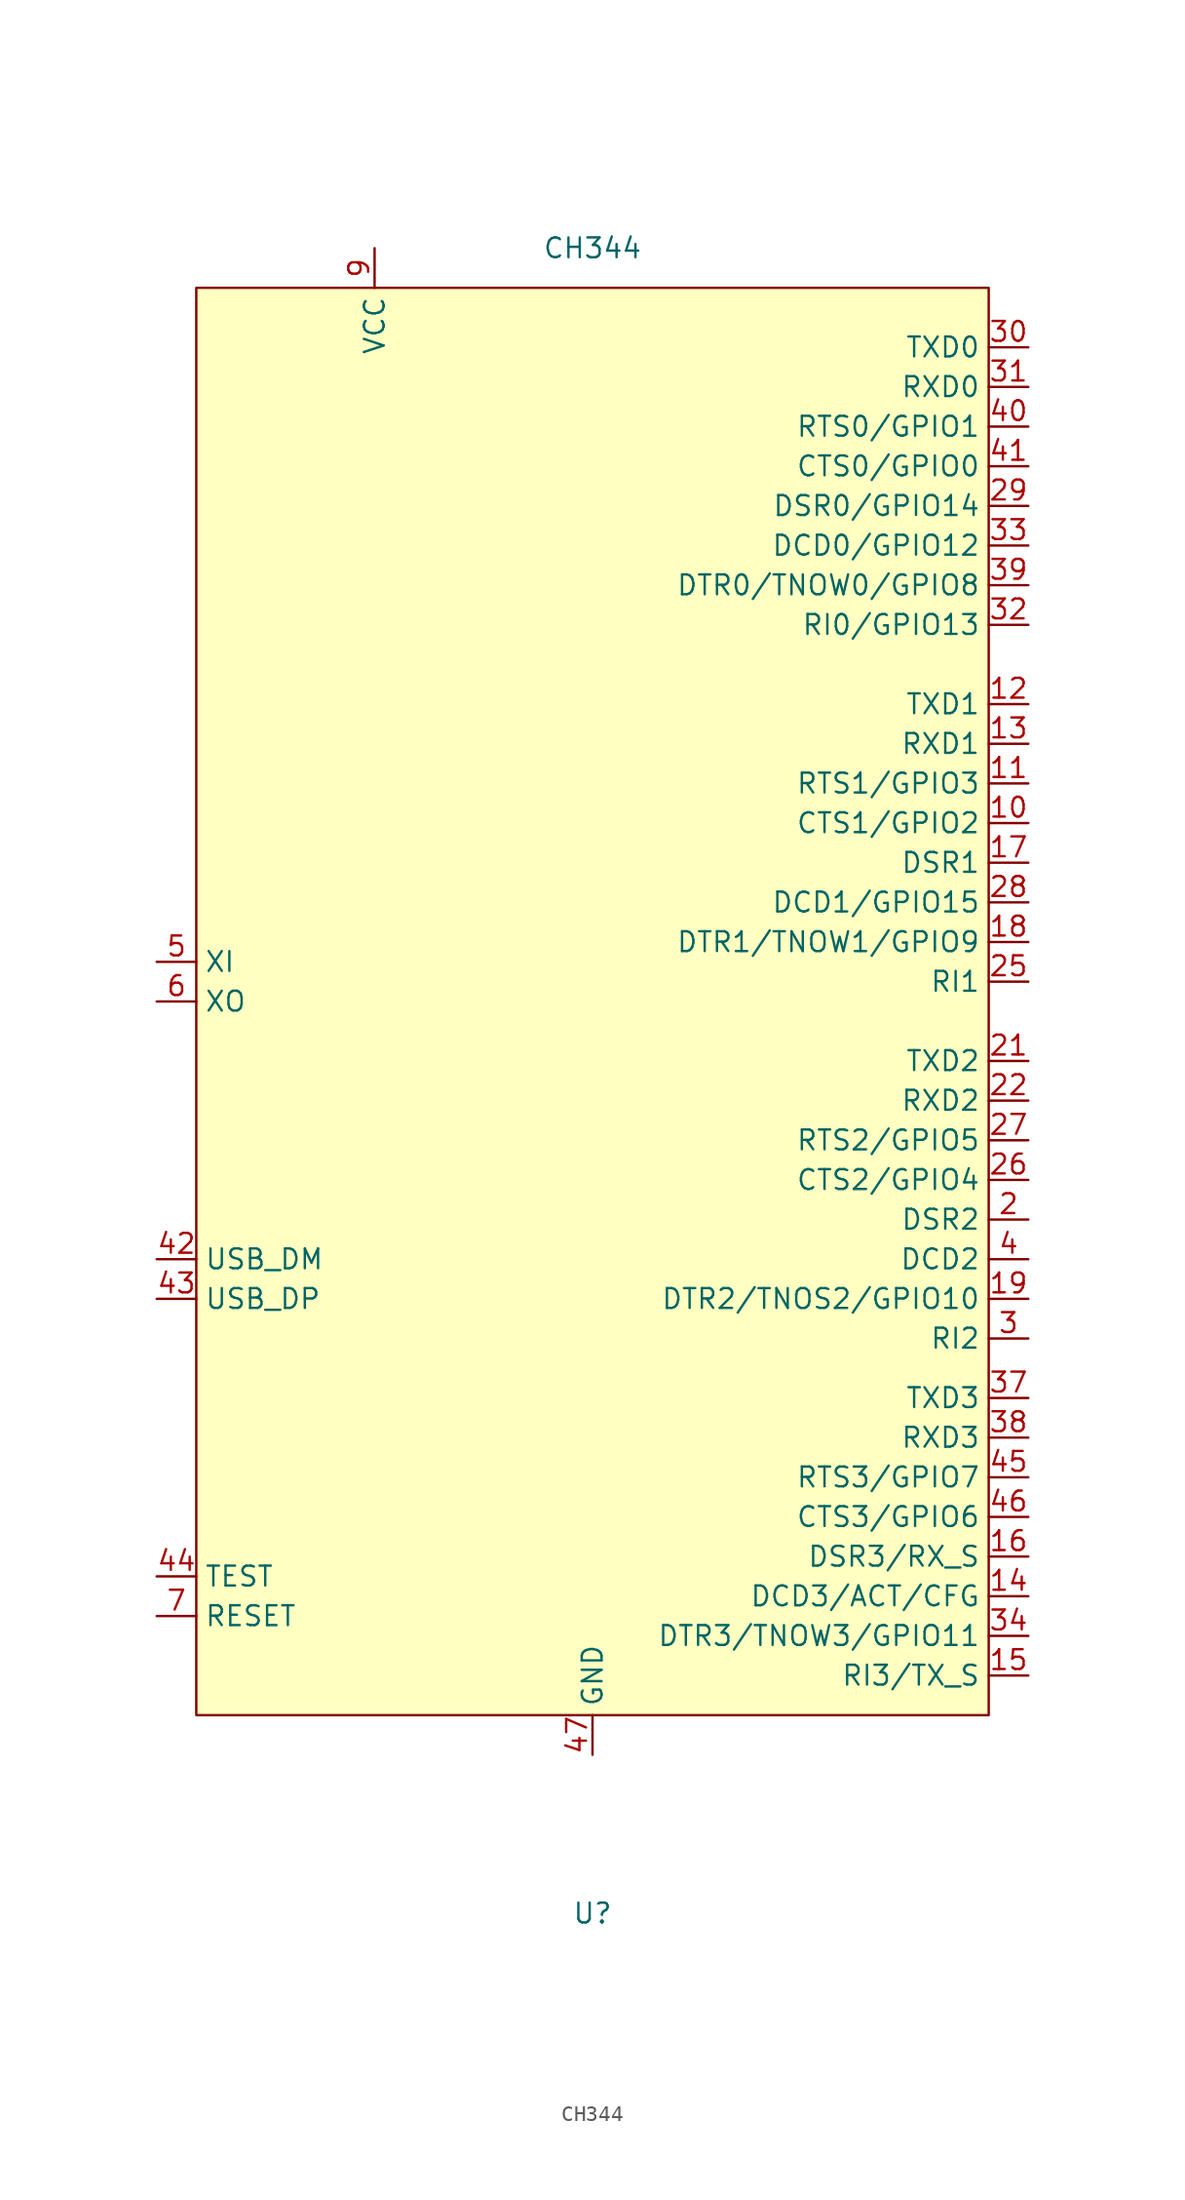
<source format=kicad_sym>
(kicad_symbol_lib
  (version 20211014)
  (generator kicad_symbol_editor)
  (symbol "CH344"
    (property "Reference" "U"
      (at 0 0 0)
      (effects (font (size 1.27 1.27))))
    (property "Value" "CH344"
      (at 0 106.68 0)
      (effects (font (size 1.27 1.27))))
    (symbol "CH344_0_0"
      (pin passive line (at -13.97 106.68 270) (length 2.54) hide (name "VCC" (effects (font (size 1.27 1.27)))) (number "24" (effects (font (size 1.27 1.27)))))
      (pin input line (at 27.94 59.69 180) (length 2.54) (name "RI1" (effects (font (size 1.27 1.27)))) (number "25" (effects (font (size 1.27 1.27)))))
      (pin input line (at 27.94 46.99 180) (length 2.54) (name "CTS2/GPIO4" (effects (font (size 1.27 1.27)))) (number "26" (effects (font (size 1.27 1.27)))))
      (pin output line (at 27.94 49.53 180) (length 2.54) (name "RTS2/GPIO5" (effects (font (size 1.27 1.27)))) (number "27" (effects (font (size 1.27 1.27)))))
      (pin input line (at 27.94 64.77 180) (length 2.54) (name "DCD1/GPIO15" (effects (font (size 1.27 1.27)))) (number "28" (effects (font (size 1.27 1.27)))))
      (pin input line (at 27.94 90.17 180) (length 2.54) (name "DSR0/GPIO14" (effects (font (size 1.27 1.27)))) (number "29" (effects (font (size 1.27 1.27)))))
      (pin input line (at 27.94 36.83 180) (length 2.54) (name "RI2" (effects (font (size 1.27 1.27)))) (number "3" (effects (font (size 1.27 1.27)))))
      (pin output line (at 27.94 100.33 180) (length 2.54) (name "TXD0" (effects (font (size 1.27 1.27)))) (number "30" (effects (font (size 1.27 1.27)))))
      (pin input line (at 27.94 97.79 180) (length 2.54) (name "RXD0" (effects (font (size 1.27 1.27)))) (number "31" (effects (font (size 1.27 1.27)))))
      (pin input line (at 27.94 82.55 180) (length 2.54) (name "RI0/GPIO13" (effects (font (size 1.27 1.27)))) (number "32" (effects (font (size 1.27 1.27)))))
      (pin input line (at 27.94 87.63 180) (length 2.54) (name "DCD0/GPIO12" (effects (font (size 1.27 1.27)))) (number "33" (effects (font (size 1.27 1.27)))))
      (pin output line (at 27.94 17.78 180) (length 2.54) (name "DTR3/TNOW3/GPIO11" (effects (font (size 1.27 1.27)))) (number "34" (effects (font (size 1.27 1.27)))))
      (pin passive line (at 0 10.16 90) (length 2.54) hide (name "GND" (effects (font (size 1.27 1.27)))) (number "35" (effects (font (size 1.27 1.27)))))
      (pin passive line (at -13.97 106.68 270) (length 2.54) hide (name "VCC" (effects (font (size 1.27 1.27)))) (number "36" (effects (font (size 1.27 1.27)))))
      (pin output line (at 27.94 33.02 180) (length 2.54) (name "TXD3" (effects (font (size 1.27 1.27)))) (number "37" (effects (font (size 1.27 1.27)))))
      (pin input line (at 27.94 30.48 180) (length 2.54) (name "RXD3" (effects (font (size 1.27 1.27)))) (number "38" (effects (font (size 1.27 1.27)))))
      (pin output line (at 27.94 85.09 180) (length 2.54) (name "DTR0/TNOW0/GPIO8" (effects (font (size 1.27 1.27)))) (number "39" (effects (font (size 1.27 1.27)))))
      (pin input line (at 27.94 41.91 180) (length 2.54) (name "DCD2" (effects (font (size 1.27 1.27)))) (number "4" (effects (font (size 1.27 1.27)))))
      (pin output line (at 27.94 95.25 180) (length 2.54) (name "RTS0/GPIO1" (effects (font (size 1.27 1.27)))) (number "40" (effects (font (size 1.27 1.27)))))
      (pin input line (at 27.94 92.71 180) (length 2.54) (name "CTS0/GPIO0" (effects (font (size 1.27 1.27)))) (number "41" (effects (font (size 1.27 1.27)))))
      (pin bidirectional line (at -27.94 41.91 0) (length 2.54) (name "USB_DM" (effects (font (size 1.27 1.27)))) (number "42" (effects (font (size 1.27 1.27)))))
      (pin bidirectional line (at -27.94 39.37 0) (length 2.54) (name "USB_DP" (effects (font (size 1.27 1.27)))) (number "43" (effects (font (size 1.27 1.27)))))
      (pin input line (at -27.94 21.59 0) (length 2.54) (name "TEST" (effects (font (size 1.27 1.27)))) (number "44" (effects (font (size 1.27 1.27)))))
      (pin output line (at 27.94 27.94 180) (length 2.54) (name "RTS3/GPIO7" (effects (font (size 1.27 1.27)))) (number "45" (effects (font (size 1.27 1.27)))))
      (pin input line (at 27.94 25.4 180) (length 2.54) (name "CTS3/GPIO6" (effects (font (size 1.27 1.27)))) (number "46" (effects (font (size 1.27 1.27)))))
      (pin power_in line (at 0 10.16 90) (length 2.54) (name "GND" (effects (font (size 1.27 1.27)))) (number "47" (effects (font (size 1.27 1.27)))))
      (pin passive line (at -13.97 106.68 270) (length 2.54) hide (name "VCC" (effects (font (size 1.27 1.27)))) (number "48" (effects (font (size 1.27 1.27))))))
    (symbol "CH344_0_1"
      (rectangle (start -25.4 104.14) (end 25.4 12.7) (stroke (width 0) (type default) (color 0 0 0 0)) (fill (type background))))
    (symbol "CH344_1_1"
      (pin input line (at 27.94 69.85 180) (length 2.54) (name "CTS1/GPIO2" (effects (font (size 1.27 1.27)))) (number "10" (effects (font (size 1.27 1.27)))))
      (pin output line (at 27.94 72.39 180) (length 2.54) (name "RTS1/GPIO3" (effects (font (size 1.27 1.27)))) (number "11" (effects (font (size 1.27 1.27)))))
      (pin output line (at 27.94 77.47 180) (length 2.54) (name "TXD1" (effects (font (size 1.27 1.27)))) (number "12" (effects (font (size 1.27 1.27)))))
      (pin input line (at 27.94 74.93 180) (length 2.54) (name "RXD1" (effects (font (size 1.27 1.27)))) (number "13" (effects (font (size 1.27 1.27)))))
      (pin input line (at 27.94 20.32 180) (length 2.54) (name "DCD3/ACT/CFG" (effects (font (size 1.27 1.27)))) (number "14" (effects (font (size 1.27 1.27)))))
      (pin input line (at 27.94 15.24 180) (length 2.54) (name "RI3/TX_S" (effects (font (size 1.27 1.27)))) (number "15" (effects (font (size 1.27 1.27)))))
      (pin input line (at 27.94 22.86 180) (length 2.54) (name "DSR3/RX_S" (effects (font (size 1.27 1.27)))) (number "16" (effects (font (size 1.27 1.27)))))
      (pin input line (at 27.94 67.31 180) (length 2.54) (name "DSR1" (effects (font (size 1.27 1.27)))) (number "17" (effects (font (size 1.27 1.27)))))
      (pin output line (at 27.94 62.23 180) (length 2.54) (name "DTR1/TNOW1/GPIO9" (effects (font (size 1.27 1.27)))) (number "18" (effects (font (size 1.27 1.27)))))
      (pin output line (at 27.94 39.37 180) (length 2.54) (name "DTR2/TNOS2/GPIO10" (effects (font (size 1.27 1.27)))) (number "19" (effects (font (size 1.27 1.27)))))
      (pin input line (at 27.94 44.45 180) (length 2.54) (name "DSR2" (effects (font (size 1.27 1.27)))) (number "2" (effects (font (size 1.27 1.27)))))
      (pin passive line (at 0 10.16 90) (length 2.54) hide (name "GND" (effects (font (size 1.27 1.27)))) (number "20" (effects (font (size 1.27 1.27)))))
      (pin output line (at 27.94 54.61 180) (length 2.54) (name "TXD2" (effects (font (size 1.27 1.27)))) (number "21" (effects (font (size 1.27 1.27)))))
      (pin input line (at 27.94 52.07 180) (length 2.54) (name "RXD2" (effects (font (size 1.27 1.27)))) (number "22" (effects (font (size 1.27 1.27)))))
      (pin passive line (at 0 10.16 90) (length 2.54) hide (name "GND" (effects (font (size 1.27 1.27)))) (number "23" (effects (font (size 1.27 1.27)))))
      (pin input line (at -27.94 60.96 0) (length 2.54) (name "XI" (effects (font (size 1.27 1.27)))) (number "5" (effects (font (size 1.27 1.27)))))
      (pin output line (at -27.94 58.42 0) (length 2.54) (name "XO" (effects (font (size 1.27 1.27)))) (number "6" (effects (font (size 1.27 1.27)))))
      (pin input line (at -27.94 19.05 0) (length 2.54) (name "RESET" (effects (font (size 1.27 1.27)))) (number "7" (effects (font (size 1.27 1.27)))))
      (pin passive line (at 0 10.16 90) (length 2.54) hide (name "GND" (effects (font (size 1.27 1.27)))) (number "8" (effects (font (size 1.27 1.27)))))
      (pin power_in line (at -13.97 106.68 270) (length 2.54) (name "VCC" (effects (font (size 1.27 1.27)))) (number "9" (effects (font (size 1.27 1.27))))))))
</source>
